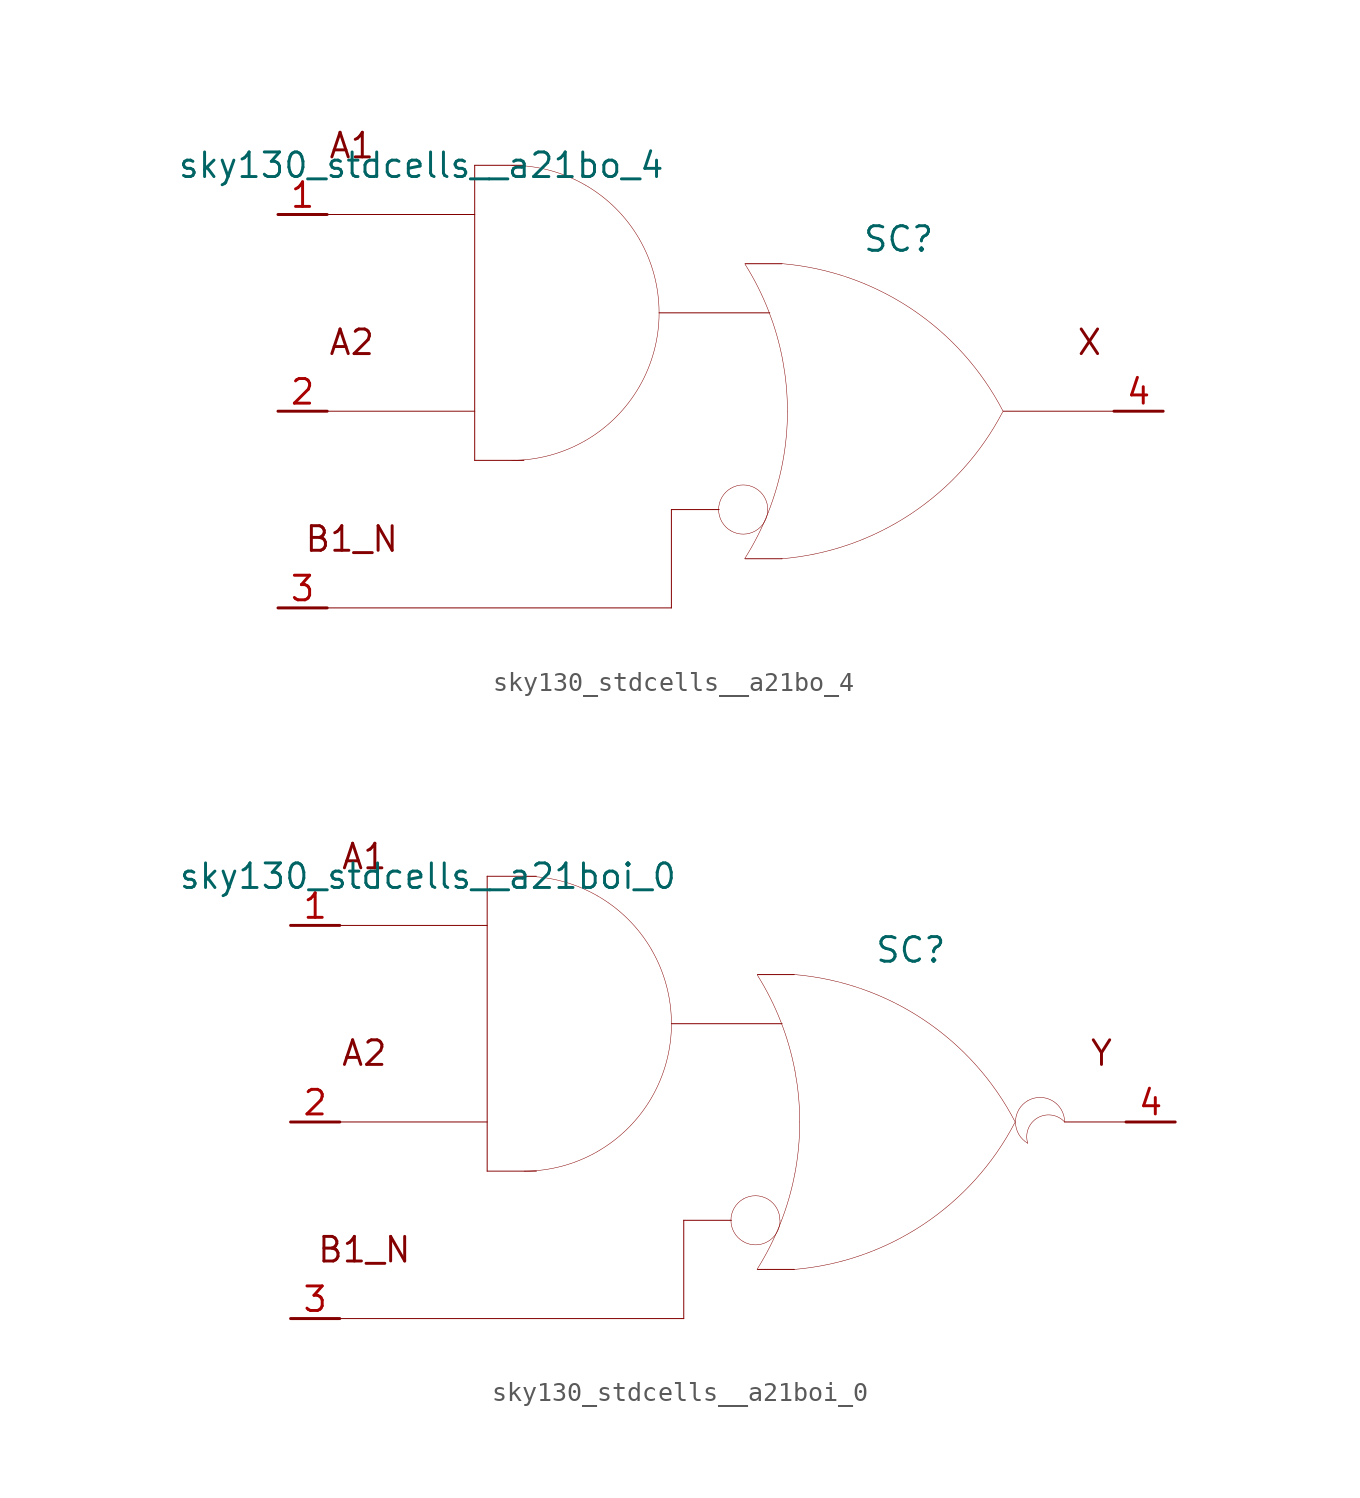
<source format=kicad_sym>
(kicad_symbol_lib
  (version 20211014)
  (generator kicad_symbol_editor)
  (symbol "sky130_stdcells__a21bo_4"
    (pin_names hide)
    (property "Reference" "SC"
      (at 9.195 8.89 0)
      (effects (font (size 1.27 1.27))))
    (property "Value" "sky130_stdcells__a21bo_4"
      (at -2.845 12.7 0)
      (effects (font (size 1.27 1.27)) (justify right)))
    (symbol "sky130_stdcells__a21bo_4_0_0"
      (arc (start -10.795 -2.54) (mid -8.8228 -2.2804) (end -6.985 -1.5191) (stroke (width 0.0254) (type default) (color 0 0 0 0)) (fill (type none)))
      (arc (start -6.985 -1.5191) (mid -5.4069 -0.3081) (end -4.1959 1.27) (stroke (width 0.0254) (type default) (color 0 0 0 0)) (fill (type none)))
      (arc (start -6.985 11.6791) (mid -8.8228 12.4403) (end -10.795 12.7) (stroke (width 0.0254) (type default) (color 0 0 0 0)) (fill (type none)))
      (arc (start -4.1959 1.27) (mid -3.4347 3.1078) (end -3.175 5.08) (stroke (width 0.0254) (type default) (color 0 0 0 0)) (fill (type none)))
      (arc (start -4.1959 8.89) (mid -5.4069 10.4681) (end -6.985 11.6791) (stroke (width 0.0254) (type default) (color 0 0 0 0)) (fill (type none)))
      (arc (start -3.175 5.08) (mid -3.4346 7.0522) (end -4.1959 8.89) (stroke (width 0.0254) (type default) (color 0 0 0 0)) (fill (type none)))
      (polyline (pts (xy -20.32 -10.16) (xy -2.54 -10.16)) (stroke (width 0.051) (type default) (color 0 0 0 0)) (fill (type none)))
      (polyline (pts (xy -20.32 0) (xy -12.7 0)) (stroke (width 0.051) (type default) (color 0 0 0 0)) (fill (type none)))
      (polyline (pts (xy -20.32 10.16) (xy -12.7 10.16)) (stroke (width 0.051) (type default) (color 0 0 0 0)) (fill (type none)))
      (polyline (pts (xy -12.7 -2.54) (xy -10.16 -2.54)) (stroke (width 0.051) (type default) (color 0 0 0 0)) (fill (type none)))
      (polyline (pts (xy -12.7 12.7) (xy -12.7 -2.54)) (stroke (width 0.051) (type default) (color 0 0 0 0)) (fill (type none)))
      (polyline (pts (xy -12.7 12.7) (xy -10.16 12.7)) (stroke (width 0.051) (type default) (color 0 0 0 0)) (fill (type none)))
      (polyline (pts (xy -3.175 5.08) (xy 2.54 5.08)) (stroke (width 0.051) (type default) (color 0 0 0 0)) (fill (type none)))
      (polyline (pts (xy -2.54 -5.08) (xy -2.54 -10.16)) (stroke (width 0.051) (type default) (color 0 0 0 0)) (fill (type none)))
      (polyline (pts (xy -2.54 -5.08) (xy -0.076 -5.08)) (stroke (width 0.051) (type default) (color 0 0 0 0)) (fill (type none)))
      (polyline (pts (xy 1.27 -7.62) (xy 3.175 -7.62)) (stroke (width 0.051) (type default) (color 0 0 0 0)) (fill (type none)))
      (polyline (pts (xy 1.27 7.62) (xy 3.175 7.62)) (stroke (width 0.051) (type default) (color 0 0 0 0)) (fill (type none)))
      (polyline (pts (xy 14.605 0) (xy 20.32 0)) (stroke (width 0.051) (type default) (color 0 0 0 0)) (fill (type none)))
      (arc (start 0.5334 -6.1799) (mid 1.8034 -6.1799) (end 2.4384 -5.08) (stroke (width 0.0254) (type default) (color 0 0 0 0)) (fill (type none)))
      (arc (start 0.5334 -3.9801) (mid -0.1016 -5.08) (end 0.5334 -6.1799) (stroke (width 0.0254) (type default) (color 0 0 0 0)) (fill (type none)))
      (arc (start 1.2495 -7.6142) (mid 1.907 -6.458) (end 2.4538 -5.2456) (stroke (width 0.0254) (type default) (color 0 0 0 0)) (fill (type none)))
      (arc (start 2.4384 -5.08) (mid 1.8034 -3.9802) (end 0.5334 -3.9801) (stroke (width 0.0254) (type default) (color 0 0 0 0)) (fill (type none)))
      (arc (start 2.4538 -5.2456) (mid 2.8887 -3.9755) (end 3.202 -2.6701) (stroke (width 0.0254) (type default) (color 0 0 0 0)) (fill (type none)))
      (arc (start 2.472 5.1993) (mid 1.9238 6.4248) (end 1.2627 7.5932) (stroke (width 0.0254) (type default) (color 0 0 0 0)) (fill (type none)))
      (arc (start 3.1446 -7.6231) (mid 9.8386 -5.2986) (end 14.5755 -0.0284) (stroke (width 0.0254) (type default) (color 0 0 0 0)) (fill (type none)))
      (arc (start 3.202 -2.6701) (mid 3.3912 -1.341) (end 3.4544 0) (stroke (width 0.0254) (type default) (color 0 0 0 0)) (fill (type none)))
      (arc (start 3.2066 2.6456) (mid 2.8989 3.9396) (end 2.472 5.1993) (stroke (width 0.0254) (type default) (color 0 0 0 0)) (fill (type none)))
      (arc (start 3.4544 0) (mid 3.3923 1.3286) (end 3.2066 2.6456) (stroke (width 0.0254) (type default) (color 0 0 0 0)) (fill (type none)))
      (arc (start 14.5983 -0.0156) (mid 9.8798 5.271) (end 3.194 7.6189) (stroke (width 0.0254) (type default) (color 0 0 0 0)) (fill (type none)))
      (text "A1" (at -19.05 13.716 0) (effects (font (size 1.27 1.27))))
      (text "A2" (at -19.05 3.556 0) (effects (font (size 1.27 1.27))))
      (text "B1_N" (at -19.05 -6.604 0) (effects (font (size 1.27 1.27))))
      (text "X" (at 19.05 3.556 0) (effects (font (size 1.27 1.27)))))
    (symbol "sky130_stdcells__a21bo_4_1_1"
      (pin input line (at -22.86 10.16 0) (length 2.54) (name "A1" (effects (font (size 1.092 1.092)))) (number "1" (effects (font (size 1.27 1.27)))))
      (pin input line (at -22.86 0 0) (length 2.54) (name "A2" (effects (font (size 1.092 1.092)))) (number "2" (effects (font (size 1.27 1.27)))))
      (pin input line (at -22.86 -10.16 0) (length 2.54) (name "B1_N" (effects (font (size 1.092 1.092)))) (number "3" (effects (font (size 1.27 1.27)))))
      (pin output line (at 22.86 0 180) (length 2.54) (name "X" (effects (font (size 1.092 1.092)))) (number "4" (effects (font (size 1.27 1.27)))))))
  (symbol "sky130_stdcells__a21boi_0"
    (pin_names hide)
    (property "Reference" "SC"
      (at 9.195 8.89 0)
      (effects (font (size 1.27 1.27))))
    (property "Value" "sky130_stdcells__a21boi_0"
      (at -2.845 12.7 0)
      (effects (font (size 1.27 1.27)) (justify right)))
    (symbol "sky130_stdcells__a21boi_0_0_0"
      (arc (start -10.795 -2.54) (mid -8.8228 -2.2804) (end -6.985 -1.5191) (stroke (width 0.0254) (type default) (color 0 0 0 0)) (fill (type none)))
      (arc (start -6.985 -1.5191) (mid -5.4069 -0.3081) (end -4.1959 1.27) (stroke (width 0.0254) (type default) (color 0 0 0 0)) (fill (type none)))
      (arc (start -6.985 11.6791) (mid -8.8228 12.4403) (end -10.795 12.7) (stroke (width 0.0254) (type default) (color 0 0 0 0)) (fill (type none)))
      (arc (start -4.1959 1.27) (mid -3.4347 3.1078) (end -3.175 5.08) (stroke (width 0.0254) (type default) (color 0 0 0 0)) (fill (type none)))
      (arc (start -4.1959 8.89) (mid -5.4069 10.4681) (end -6.985 11.6791) (stroke (width 0.0254) (type default) (color 0 0 0 0)) (fill (type none)))
      (arc (start -3.175 5.08) (mid -3.4346 7.0522) (end -4.1959 8.89) (stroke (width 0.0254) (type default) (color 0 0 0 0)) (fill (type none)))
      (polyline (pts (xy -20.32 -10.16) (xy -2.54 -10.16)) (stroke (width 0.051) (type default) (color 0 0 0 0)) (fill (type none)))
      (polyline (pts (xy -20.32 0) (xy -12.7 0)) (stroke (width 0.051) (type default) (color 0 0 0 0)) (fill (type none)))
      (polyline (pts (xy -20.32 10.16) (xy -12.7 10.16)) (stroke (width 0.051) (type default) (color 0 0 0 0)) (fill (type none)))
      (polyline (pts (xy -12.7 -2.54) (xy -10.16 -2.54)) (stroke (width 0.051) (type default) (color 0 0 0 0)) (fill (type none)))
      (polyline (pts (xy -12.7 12.7) (xy -12.7 -2.54)) (stroke (width 0.051) (type default) (color 0 0 0 0)) (fill (type none)))
      (polyline (pts (xy -12.7 12.7) (xy -10.16 12.7)) (stroke (width 0.051) (type default) (color 0 0 0 0)) (fill (type none)))
      (polyline (pts (xy -3.175 5.08) (xy 2.54 5.08)) (stroke (width 0.051) (type default) (color 0 0 0 0)) (fill (type none)))
      (polyline (pts (xy -2.54 -5.08) (xy -2.54 -10.16)) (stroke (width 0.051) (type default) (color 0 0 0 0)) (fill (type none)))
      (polyline (pts (xy -2.54 -5.08) (xy -0.076 -5.08)) (stroke (width 0.051) (type default) (color 0 0 0 0)) (fill (type none)))
      (polyline (pts (xy 1.27 -7.62) (xy 3.175 -7.62)) (stroke (width 0.051) (type default) (color 0 0 0 0)) (fill (type none)))
      (polyline (pts (xy 1.27 7.62) (xy 3.175 7.62)) (stroke (width 0.051) (type default) (color 0 0 0 0)) (fill (type none)))
      (polyline (pts (xy 17.145 0) (xy 20.32 0)) (stroke (width 0.051) (type default) (color 0 0 0 0)) (fill (type none)))
      (arc (start 0.5334 -6.1799) (mid 1.8034 -6.1799) (end 2.4384 -5.08) (stroke (width 0.0254) (type default) (color 0 0 0 0)) (fill (type none)))
      (arc (start 0.5334 -3.9801) (mid -0.1016 -5.08) (end 0.5334 -6.1799) (stroke (width 0.0254) (type default) (color 0 0 0 0)) (fill (type none)))
      (arc (start 1.2495 -7.6142) (mid 1.907 -6.458) (end 2.4538 -5.2456) (stroke (width 0.0254) (type default) (color 0 0 0 0)) (fill (type none)))
      (arc (start 2.4384 -5.08) (mid 1.8034 -3.9802) (end 0.5334 -3.9801) (stroke (width 0.0254) (type default) (color 0 0 0 0)) (fill (type none)))
      (arc (start 2.4538 -5.2456) (mid 2.8887 -3.9755) (end 3.202 -2.6701) (stroke (width 0.0254) (type default) (color 0 0 0 0)) (fill (type none)))
      (arc (start 2.472 5.1993) (mid 1.9238 6.4248) (end 1.2627 7.5932) (stroke (width 0.0254) (type default) (color 0 0 0 0)) (fill (type none)))
      (arc (start 3.1446 -7.6231) (mid 9.8386 -5.2986) (end 14.5755 -0.0284) (stroke (width 0.0254) (type default) (color 0 0 0 0)) (fill (type none)))
      (arc (start 3.202 -2.6701) (mid 3.3912 -1.341) (end 3.4544 0) (stroke (width 0.0254) (type default) (color 0 0 0 0)) (fill (type none)))
      (arc (start 3.2066 2.6456) (mid 2.8989 3.9396) (end 2.472 5.1993) (stroke (width 0.0254) (type default) (color 0 0 0 0)) (fill (type none)))
      (arc (start 3.4544 0) (mid 3.3923 1.3286) (end 3.2066 2.6456) (stroke (width 0.0254) (type default) (color 0 0 0 0)) (fill (type none)))
      (arc (start 14.5983 -0.0156) (mid 9.8798 5.271) (end 3.194 7.6189) (stroke (width 0.0254) (type default) (color 0 0 0 0)) (fill (type none)))
      (arc (start 15.24 1.0999) (mid 14.605 0) (end 15.24 -1.0999) (stroke (width 0.0254) (type default) (color 0 0 0 0)) (fill (type none)))
      (arc (start 17.145 0) (mid 15.2881 0.4743) (end 15.24 -1.0999) (stroke (width 0.0254) (type default) (color 0 0 0 0)) (fill (type none)))
      (arc (start 17.145 0) (mid 16.51 1.0998) (end 15.24 1.0999) (stroke (width 0.0254) (type default) (color 0 0 0 0)) (fill (type none)))
      (text "A1" (at -19.05 13.716 0) (effects (font (size 1.27 1.27))))
      (text "A2" (at -19.05 3.556 0) (effects (font (size 1.27 1.27))))
      (text "B1_N" (at -19.05 -6.604 0) (effects (font (size 1.27 1.27))))
      (text "Y" (at 19.05 3.556 0) (effects (font (size 1.27 1.27)))))
    (symbol "sky130_stdcells__a21boi_0_1_1"
      (pin input line (at -22.86 10.16 0) (length 2.54) (name "A1" (effects (font (size 1.092 1.092)))) (number "1" (effects (font (size 1.27 1.27)))))
      (pin input line (at -22.86 0 0) (length 2.54) (name "A2" (effects (font (size 1.092 1.092)))) (number "2" (effects (font (size 1.27 1.27)))))
      (pin input line (at -22.86 -10.16 0) (length 2.54) (name "B1_N" (effects (font (size 1.092 1.092)))) (number "3" (effects (font (size 1.27 1.27)))))
      (pin output line (at 22.86 0 180) (length 2.54) (name "Y" (effects (font (size 1.092 1.092)))) (number "4" (effects (font (size 1.27 1.27))))))))
</source>
